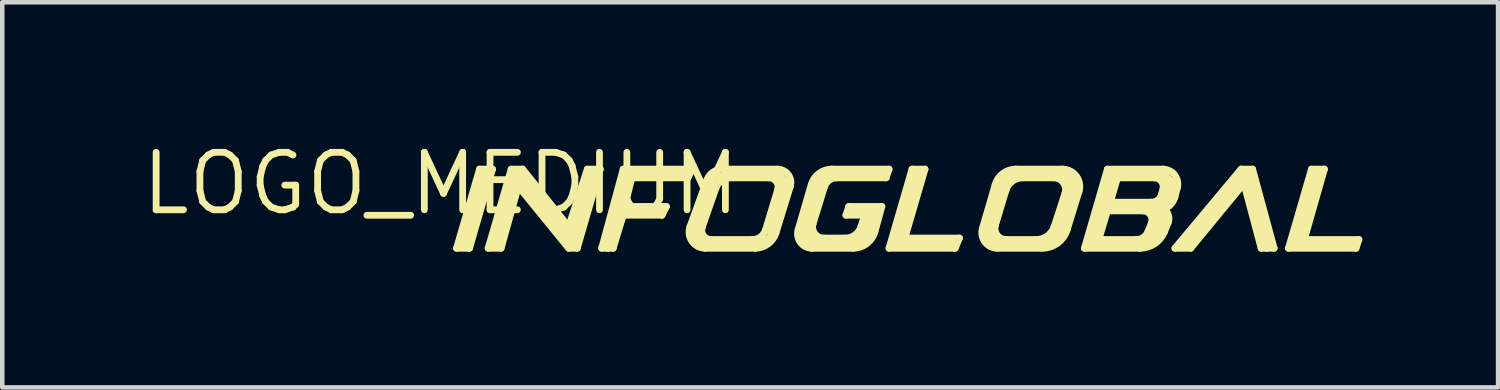
<source format=kicad_pcb>
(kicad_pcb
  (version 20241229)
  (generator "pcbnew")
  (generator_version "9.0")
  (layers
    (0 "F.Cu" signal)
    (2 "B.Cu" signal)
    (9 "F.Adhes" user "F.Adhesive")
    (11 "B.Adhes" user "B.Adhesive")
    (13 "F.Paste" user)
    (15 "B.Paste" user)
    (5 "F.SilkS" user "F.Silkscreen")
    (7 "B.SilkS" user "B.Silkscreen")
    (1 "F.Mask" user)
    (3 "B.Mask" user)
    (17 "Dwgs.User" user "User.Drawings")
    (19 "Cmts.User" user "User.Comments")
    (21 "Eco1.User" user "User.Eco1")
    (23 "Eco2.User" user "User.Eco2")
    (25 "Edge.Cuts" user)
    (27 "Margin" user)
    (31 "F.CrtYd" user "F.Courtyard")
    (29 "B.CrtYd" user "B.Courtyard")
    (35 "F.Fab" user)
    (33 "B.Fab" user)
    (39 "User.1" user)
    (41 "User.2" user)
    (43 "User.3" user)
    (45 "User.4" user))
  (footprint "LOGO_MEDIUM"
    (layer "F.Cu")
    (at 6.69 1.006)
    (property "Reference" "LOGO_MEDIUM" (at 0 0 0) (layer "F.SilkS") (effects (font (size 1.27 1.27) (thickness 0.15))))
    (fp_line (start 0.349 1.429) (end 0.857 -0.318) (stroke (width 0.152) (type solid)) (layer "F.SilkS"))
    (fp_line (start 0.476 1.333) (end 0.953 -0.222) (stroke (width 0.152) (type solid)) (layer "F.SilkS"))
    (fp_line (start 0.54 1.333) (end 0.476 1.333) (stroke (width 0.152) (type solid)) (layer "F.SilkS"))
    (fp_line (start 0.635 1.429) (end 0.349 1.429) (stroke (width 0.152) (type solid)) (layer "F.SilkS"))
    (fp_line (start 0.857 -0.318) (end 1.143 -0.318) (stroke (width 0.152) (type solid)) (layer "F.SilkS"))
    (fp_line (start 1.016 -0.222) (end 0.54 1.333) (stroke (width 0.152) (type solid)) (layer "F.SilkS"))
    (fp_line (start 1.048 1.429) (end 1.556 -0.318) (stroke (width 0.152) (type solid)) (layer "F.SilkS"))
    (fp_line (start 1.143 -0.318) (end 0.635 1.429) (stroke (width 0.152) (type solid)) (layer "F.SilkS"))
    (fp_line (start 1.206 1.333) (end 1.302 1.333) (stroke (width 0.152) (type solid)) (layer "F.SilkS"))
    (fp_line (start 1.302 1.333) (end 1.683 -0.095) (stroke (width 0.152) (type solid)) (layer "F.SilkS"))
    (fp_line (start 1.333 1.429) (end 1.048 1.429) (stroke (width 0.152) (type solid)) (layer "F.SilkS"))
    (fp_line (start 1.556 -0.318) (end 1.81 -0.318) (stroke (width 0.152) (type solid)) (layer "F.SilkS"))
    (fp_line (start 1.651 -0.222) (end 1.206 1.333) (stroke (width 0.152) (type solid)) (layer "F.SilkS"))
    (fp_line (start 1.714 0.064) (end 1.333 1.429) (stroke (width 0.152) (type solid)) (layer "F.SilkS"))
    (fp_line (start 1.746 -0.032) (end 1.778 -0.191) (stroke (width 0.152) (type solid)) (layer "F.SilkS"))
    (fp_line (start 1.778 -0.191) (end 2.731 1.016) (stroke (width 0.152) (type solid)) (layer "F.SilkS"))
    (fp_line (start 1.81 -0.318) (end 2.826 0.953) (stroke (width 0.152) (type solid)) (layer "F.SilkS"))
    (fp_line (start 2.699 1.048) (end 2.857 1.333) (stroke (width 0.152) (type solid)) (layer "F.SilkS"))
    (fp_line (start 2.699 1.175) (end 1.746 -0.032) (stroke (width 0.152) (type solid)) (layer "F.SilkS"))
    (fp_line (start 2.826 0.953) (end 3.239 -0.318) (stroke (width 0.152) (type solid)) (layer "F.SilkS"))
    (fp_line (start 2.826 1.429) (end 1.714 0.064) (stroke (width 0.152) (type solid)) (layer "F.SilkS"))
    (fp_line (start 2.857 1.333) (end 2.889 1.079) (stroke (width 0.152) (type solid)) (layer "F.SilkS"))
    (fp_line (start 2.921 0.984) (end 3.048 0.921) (stroke (width 0.152) (type solid)) (layer "F.SilkS"))
    (fp_line (start 2.921 1.397) (end 3.016 0.984) (stroke (width 0.152) (type solid)) (layer "F.SilkS"))
    (fp_line (start 3.016 0.984) (end 2.699 1.048) (stroke (width 0.152) (type solid)) (layer "F.SilkS"))
    (fp_line (start 3.016 1.429) (end 2.826 1.429) (stroke (width 0.152) (type solid)) (layer "F.SilkS"))
    (fp_line (start 3.048 0.921) (end 3.429 -0.254) (stroke (width 0.152) (type solid)) (layer "F.SilkS"))
    (fp_line (start 3.239 -0.318) (end 3.524 -0.318) (stroke (width 0.152) (type solid)) (layer "F.SilkS"))
    (fp_line (start 3.302 -0.254) (end 2.921 0.984) (stroke (width 0.152) (type solid)) (layer "F.SilkS"))
    (fp_line (start 3.524 -0.318) (end 3.016 1.429) (stroke (width 0.152) (type solid)) (layer "F.SilkS"))
    (fp_line (start 3.556 1.429) (end 3.683 1.429) (stroke (width 0.152) (type solid)) (layer "F.SilkS"))
    (fp_line (start 3.683 1.429) (end 3.747 1.175) (stroke (width 0.152) (type solid)) (layer "F.SilkS"))
    (fp_line (start 3.683 1.429) (end 3.81 1.429) (stroke (width 0.152) (type solid)) (layer "F.SilkS"))
    (fp_line (start 3.778 1.143) (end 4.032 0.603) (stroke (width 0.152) (type solid)) (layer "F.SilkS"))
    (fp_line (start 3.81 1.429) (end 4.032 0.699) (stroke (width 0.152) (type solid)) (layer "F.SilkS"))
    (fp_line (start 4.032 -0.318) (end 3.556 1.429) (stroke (width 0.152) (type solid)) (layer "F.SilkS"))
    (fp_line (start 4.032 0.603) (end 4.858 0.603) (stroke (width 0.152) (type solid)) (layer "F.SilkS"))
    (fp_line (start 4.032 0.699) (end 4.889 0.699) (stroke (width 0.152) (type solid)) (layer "F.SilkS"))
    (fp_line (start 4.064 0.508) (end 4.223 -0.127) (stroke (width 0.152) (type solid)) (layer "F.SilkS"))
    (fp_line (start 4.096 -0.159) (end 3.778 1.143) (stroke (width 0.152) (type solid)) (layer "F.SilkS"))
    (fp_line (start 4.128 -0.191) (end 5.429 -0.191) (stroke (width 0.152) (type solid)) (layer "F.SilkS"))
    (fp_line (start 4.223 -0.127) (end 5.461 -0.127) (stroke (width 0.152) (type solid)) (layer "F.SilkS"))
    (fp_line (start 4.889 0.699) (end 4.985 0.508) (stroke (width 0.152) (type solid)) (layer "F.SilkS"))
    (fp_line (start 4.985 0.508) (end 4.064 0.508) (stroke (width 0.152) (type solid)) (layer "F.SilkS"))
    (fp_line (start 5.461 -0.127) (end 5.556 -0.318) (stroke (width 0.152) (type solid)) (layer "F.SilkS"))
    (fp_line (start 5.509 0.949) (end 5.882 -0.079) (stroke (width 0.152) (type solid)) (layer "F.SilkS"))
    (fp_line (start 5.556 -0.318) (end 4.032 -0.318) (stroke (width 0.152) (type solid)) (layer "F.SilkS"))
    (fp_line (start 5.588 1.143) (end 6.032 -0.127) (stroke (width 0.152) (type solid)) (layer "F.SilkS"))
    (fp_line (start 5.62 1.048) (end 5.747 1.175) (stroke (width 0.152) (type solid)) (layer "F.SilkS"))
    (fp_line (start 5.779 1.302) (end 5.588 1.143) (stroke (width 0.152) (type solid)) (layer "F.SilkS"))
    (fp_line (start 5.972 1.238) (end 6.886 1.238) (stroke (width 0.152) (type solid)) (layer "F.SilkS"))
    (fp_line (start 6.032 -0.127) (end 6.287 -0.191) (stroke (width 0.152) (type solid)) (layer "F.SilkS"))
    (fp_line (start 6.08 0.101) (end 5.778 0.966) (stroke (width 0.152) (type solid)) (layer "F.SilkS"))
    (fp_line (start 6.255 -0.318) (end 7.44 -0.318) (stroke (width 0.152) (type solid)) (layer "F.SilkS"))
    (fp_line (start 6.318 -0.222) (end 7.493 -0.191) (stroke (width 0.152) (type solid)) (layer "F.SilkS"))
    (fp_line (start 6.89 1.333) (end 5.779 1.302) (stroke (width 0.152) (type solid)) (layer "F.SilkS"))
    (fp_line (start 6.946 1.429) (end 5.845 1.429) (stroke (width 0.152) (type solid)) (layer "F.SilkS"))
    (fp_line (start 7.178 1.021) (end 7.446 0.134) (stroke (width 0.152) (type solid)) (layer "F.SilkS"))
    (fp_line (start 7.252 -0.127) (end 6.401 -0.127) (stroke (width 0.152) (type solid)) (layer "F.SilkS"))
    (fp_line (start 7.271 1.206) (end 6.89 1.333) (stroke (width 0.152) (type solid)) (layer "F.SilkS"))
    (fp_line (start 7.461 -0.095) (end 7.556 0.032) (stroke (width 0.152) (type solid)) (layer "F.SilkS"))
    (fp_line (start 7.493 -0.191) (end 7.62 -0.032) (stroke (width 0.152) (type solid)) (layer "F.SilkS"))
    (fp_line (start 7.62 -0.032) (end 7.271 1.206) (stroke (width 0.152) (type solid)) (layer "F.SilkS"))
    (fp_line (start 7.723 0.067) (end 7.408 1.088) (stroke (width 0.152) (type solid)) (layer "F.SilkS"))
    (fp_line (start 7.969 1.143) (end 8.128 1.365) (stroke (width 0.152) (type solid)) (layer "F.SilkS"))
    (fp_line (start 8.001 1.016) (end 8.287 0.064) (stroke (width 0.152) (type solid)) (layer "F.SilkS"))
    (fp_line (start 8.033 1.111) (end 8.001 1.016) (stroke (width 0.152) (type solid)) (layer "F.SilkS"))
    (fp_line (start 8.065 1.143) (end 7.969 1.143) (stroke (width 0.152) (type solid)) (layer "F.SilkS"))
    (fp_line (start 8.128 1.048) (end 8.287 1.302) (stroke (width 0.152) (type solid)) (layer "F.SilkS"))
    (fp_line (start 8.188 0.022) (end 7.897 1.021) (stroke (width 0.152) (type solid)) (layer "F.SilkS"))
    (fp_line (start 8.203 1.429) (end 9.113 1.429) (stroke (width 0.152) (type solid)) (layer "F.SilkS"))
    (fp_line (start 8.227 0.887) (end 8.479 0.073) (stroke (width 0.152) (type solid)) (layer "F.SilkS"))
    (fp_line (start 8.255 1.365) (end 8.065 1.143) (stroke (width 0.152) (type solid)) (layer "F.SilkS"))
    (fp_line (start 8.287 0.032) (end 8.414 0.032) (stroke (width 0.152) (type solid)) (layer "F.SilkS"))
    (fp_line (start 8.287 1.302) (end 9.081 1.302) (stroke (width 0.152) (type solid)) (layer "F.SilkS"))
    (fp_line (start 8.414 0.032) (end 8.033 1.111) (stroke (width 0.152) (type solid)) (layer "F.SilkS"))
    (fp_line (start 8.541 -0.222) (end 8.287 0.032) (stroke (width 0.152) (type solid)) (layer "F.SilkS"))
    (fp_line (start 8.75 -0.127) (end 9.842 -0.127) (stroke (width 0.152) (type solid)) (layer "F.SilkS"))
    (fp_line (start 8.938 1.206) (end 8.463 1.206) (stroke (width 0.152) (type solid)) (layer "F.SilkS"))
    (fp_line (start 8.954 0.699) (end 9.366 0.699) (stroke (width 0.152) (type solid)) (layer "F.SilkS"))
    (fp_line (start 9.017 0.508) (end 8.954 0.699) (stroke (width 0.152) (type solid)) (layer "F.SilkS"))
    (fp_line (start 9.144 1.333) (end 9.493 1.111) (stroke (width 0.152) (type solid)) (layer "F.SilkS"))
    (fp_line (start 9.176 1.238) (end 9.398 1.079) (stroke (width 0.152) (type solid)) (layer "F.SilkS"))
    (fp_line (start 9.335 0.984) (end 9.176 1.238) (stroke (width 0.152) (type solid)) (layer "F.SilkS"))
    (fp_line (start 9.366 0.699) (end 9.288 0.949) (stroke (width 0.152) (type solid)) (layer "F.SilkS"))
    (fp_line (start 9.398 1.079) (end 9.557 0.889) (stroke (width 0.152) (type solid)) (layer "F.SilkS"))
    (fp_line (start 9.461 0.667) (end 9.43 0.921) (stroke (width 0.152) (type solid)) (layer "F.SilkS"))
    (fp_line (start 9.493 1.111) (end 9.335 0.984) (stroke (width 0.152) (type solid)) (layer "F.SilkS"))
    (fp_line (start 9.557 0.889) (end 9.62 0.603) (stroke (width 0.152) (type solid)) (layer "F.SilkS"))
    (fp_line (start 9.594 1.062) (end 9.747 0.508) (stroke (width 0.152) (type solid)) (layer "F.SilkS"))
    (fp_line (start 9.62 0.603) (end 9.081 0.603) (stroke (width 0.152) (type solid)) (layer "F.SilkS"))
    (fp_line (start 9.747 0.508) (end 9.017 0.508) (stroke (width 0.152) (type solid)) (layer "F.SilkS"))
    (fp_line (start 9.811 -0.222) (end 8.541 -0.222) (stroke (width 0.152) (type solid)) (layer "F.SilkS"))
    (fp_line (start 9.842 -0.127) (end 9.906 -0.318) (stroke (width 0.152) (type solid)) (layer "F.SilkS"))
    (fp_line (start 9.906 -0.318) (end 8.64 -0.318) (stroke (width 0.152) (type solid)) (layer "F.SilkS"))
    (fp_line (start 9.906 1.429) (end 10.414 -0.318) (stroke (width 0.152) (type solid)) (layer "F.SilkS"))
    (fp_line (start 10.065 1.333) (end 11.303 1.365) (stroke (width 0.152) (type solid)) (layer "F.SilkS"))
    (fp_line (start 10.16 1.27) (end 10.604 -0.254) (stroke (width 0.152) (type solid)) (layer "F.SilkS"))
    (fp_line (start 10.255 1.206) (end 11.462 1.206) (stroke (width 0.152) (type solid)) (layer "F.SilkS"))
    (fp_line (start 10.414 -0.318) (end 10.7 -0.318) (stroke (width 0.152) (type solid)) (layer "F.SilkS"))
    (fp_line (start 10.477 -0.254) (end 10.065 1.333) (stroke (width 0.152) (type solid)) (layer "F.SilkS"))
    (fp_line (start 10.7 -0.318) (end 10.255 1.206) (stroke (width 0.152) (type solid)) (layer "F.SilkS"))
    (fp_line (start 11.303 1.365) (end 11.335 1.302) (stroke (width 0.152) (type solid)) (layer "F.SilkS"))
    (fp_line (start 11.335 1.302) (end 10.16 1.27) (stroke (width 0.152) (type solid)) (layer "F.SilkS"))
    (fp_line (start 11.367 1.429) (end 9.906 1.429) (stroke (width 0.152) (type solid)) (layer "F.SilkS"))
    (fp_line (start 11.462 1.206) (end 11.367 1.429) (stroke (width 0.152) (type solid)) (layer "F.SilkS"))
    (fp_line (start 12.033 1.016) (end 12.255 1.238) (stroke (width 0.152) (type solid)) (layer "F.SilkS"))
    (fp_line (start 12.097 0.889) (end 12.224 0.445) (stroke (width 0.152) (type solid)) (layer "F.SilkS"))
    (fp_line (start 12.16 1.302) (end 12.033 1.016) (stroke (width 0.152) (type solid)) (layer "F.SilkS"))
    (fp_line (start 12.224 0.445) (end 12.446 -0.064) (stroke (width 0.152) (type solid)) (layer "F.SilkS"))
    (fp_line (start 12.252 0.024) (end 11.97 0.991) (stroke (width 0.152) (type solid)) (layer "F.SilkS"))
    (fp_line (start 12.255 1.238) (end 12.097 0.889) (stroke (width 0.152) (type solid)) (layer "F.SilkS"))
    (fp_line (start 12.256 0.921) (end 12.49 0.148) (stroke (width 0.152) (type solid)) (layer "F.SilkS"))
    (fp_line (start 12.299 1.429) (end 13.288 1.429) (stroke (width 0.152) (type solid)) (layer "F.SilkS"))
    (fp_line (start 12.383 1.302) (end 12.16 1.302) (stroke (width 0.152) (type solid)) (layer "F.SilkS"))
    (fp_line (start 12.414 0.286) (end 12.192 0.921) (stroke (width 0.152) (type solid)) (layer "F.SilkS"))
    (fp_line (start 12.446 -0.064) (end 12.636 -0.191) (stroke (width 0.152) (type solid)) (layer "F.SilkS"))
    (fp_line (start 12.7 -0.191) (end 13.811 -0.191) (stroke (width 0.152) (type solid)) (layer "F.SilkS"))
    (fp_line (start 12.86 -0.127) (end 13.547 -0.127) (stroke (width 0.152) (type solid)) (layer "F.SilkS"))
    (fp_line (start 13.157 1.238) (end 12.492 1.238) (stroke (width 0.152) (type solid)) (layer "F.SilkS"))
    (fp_line (start 13.43 1.333) (end 12.383 1.302) (stroke (width 0.152) (type solid)) (layer "F.SilkS"))
    (fp_line (start 13.557 1.175) (end 13.367 1.27) (stroke (width 0.152) (type solid)) (layer "F.SilkS"))
    (fp_line (start 13.652 1.143) (end 13.43 1.333) (stroke (width 0.152) (type solid)) (layer "F.SilkS"))
    (fp_line (start 13.739 -0.318) (end 12.706 -0.318) (stroke (width 0.152) (type solid)) (layer "F.SilkS"))
    (fp_line (start 13.748 -0.159) (end 13.906 0.064) (stroke (width 0.152) (type solid)) (layer "F.SilkS"))
    (fp_line (start 13.795 0.215) (end 13.556 0.948) (stroke (width 0.152) (type solid)) (layer "F.SilkS"))
    (fp_line (start 13.811 -0.191) (end 14.002 -0.032) (stroke (width 0.152) (type solid)) (layer "F.SilkS"))
    (fp_line (start 13.842 1.02) (end 14.103 0.176) (stroke (width 0.152) (type solid)) (layer "F.SilkS"))
    (fp_line (start 13.906 0.064) (end 13.557 1.175) (stroke (width 0.152) (type solid)) (layer "F.SilkS"))
    (fp_line (start 13.938 0.349) (end 13.652 1.143) (stroke (width 0.152) (type solid)) (layer "F.SilkS"))
    (fp_line (start 14.002 -0.032) (end 13.938 0.349) (stroke (width 0.152) (type solid)) (layer "F.SilkS"))
    (fp_line (start 14.224 1.429) (end 15.453 1.429) (stroke (width 0.152) (type solid)) (layer "F.SilkS"))
    (fp_line (start 14.319 1.333) (end 14.605 0.603) (stroke (width 0.152) (type solid)) (layer "F.SilkS"))
    (fp_line (start 14.541 0.572) (end 14.7 0.508) (stroke (width 0.152) (type solid)) (layer "F.SilkS"))
    (fp_line (start 14.541 1.238) (end 14.732 0.603) (stroke (width 0.152) (type solid)) (layer "F.SilkS"))
    (fp_line (start 14.605 0.603) (end 14.446 1.302) (stroke (width 0.152) (type solid)) (layer "F.SilkS"))
    (fp_line (start 14.7 0.508) (end 14.859 -0.159) (stroke (width 0.152) (type solid)) (layer "F.SilkS"))
    (fp_line (start 14.732 -0.318) (end 14.224 1.429) (stroke (width 0.152) (type solid)) (layer "F.SilkS"))
    (fp_line (start 14.732 0.603) (end 15.519 0.603) (stroke (width 0.152) (type solid)) (layer "F.SilkS"))
    (fp_line (start 14.764 -0.191) (end 14.541 0.572) (stroke (width 0.152) (type solid)) (layer "F.SilkS"))
    (fp_line (start 14.764 0.508) (end 15.843 0.508) (stroke (width 0.152) (type solid)) (layer "F.SilkS"))
    (fp_line (start 14.796 -0.222) (end 16.002 -0.191) (stroke (width 0.152) (type solid)) (layer "F.SilkS"))
    (fp_line (start 14.796 0.413) (end 15.705 0.413) (stroke (width 0.152) (type solid)) (layer "F.SilkS"))
    (fp_line (start 14.954 -0.127) (end 14.796 0.413) (stroke (width 0.152) (type solid)) (layer "F.SilkS"))
    (fp_line (start 15.368 1.238) (end 14.541 1.238) (stroke (width 0.152) (type solid)) (layer "F.SilkS"))
    (fp_line (start 15.494 1.365) (end 14.319 1.333) (stroke (width 0.152) (type solid)) (layer "F.SilkS"))
    (fp_line (start 15.684 1.206) (end 15.494 1.365) (stroke (width 0.152) (type solid)) (layer "F.SilkS"))
    (fp_line (start 15.684 1.206) (end 15.907 0.762) (stroke (width 0.152) (type solid)) (layer "F.SilkS"))
    (fp_line (start 15.684 1.302) (end 16.002 0.794) (stroke (width 0.152) (type solid)) (layer "F.SilkS"))
    (fp_line (start 15.703 0.875) (end 15.628 1.062) (stroke (width 0.152) (type solid)) (layer "F.SilkS"))
    (fp_line (start 15.748 0.603) (end 15.684 1.206) (stroke (width 0.152) (type solid)) (layer "F.SilkS"))
    (fp_line (start 15.765 -0.127) (end 14.954 -0.127) (stroke (width 0.152) (type solid)) (layer "F.SilkS"))
    (fp_line (start 15.812 0.476) (end 16.066 0.191) (stroke (width 0.152) (type solid)) (layer "F.SilkS"))
    (fp_line (start 15.843 0.508) (end 16.002 0.73) (stroke (width 0.152) (type solid)) (layer "F.SilkS"))
    (fp_line (start 15.875 0.921) (end 15.812 0.699) (stroke (width 0.152) (type solid)) (layer "F.SilkS"))
    (fp_line (start 15.907 0.508) (end 15.812 0.476) (stroke (width 0.152) (type solid)) (layer "F.SilkS"))
    (fp_line (start 15.923 0.249) (end 15.958 0.131) (stroke (width 0.152) (type solid)) (layer "F.SilkS"))
    (fp_line (start 15.959 -0.318) (end 14.732 -0.318) (stroke (width 0.152) (type solid)) (layer "F.SilkS"))
    (fp_line (start 15.991 1.068) (end 16.072 0.87) (stroke (width 0.152) (type solid)) (layer "F.SilkS"))
    (fp_line (start 16.002 -0.191) (end 16.161 -0.032) (stroke (width 0.152) (type solid)) (layer "F.SilkS"))
    (fp_line (start 16.002 0.572) (end 16.102 0.488) (stroke (width 0.152) (type solid)) (layer "F.SilkS"))
    (fp_line (start 16.002 0.794) (end 15.748 0.603) (stroke (width 0.152) (type solid)) (layer "F.SilkS"))
    (fp_line (start 16.035 0.612) (end 16.002 0.572) (stroke (width 0.152) (type solid)) (layer "F.SilkS"))
    (fp_line (start 16.066 0.191) (end 15.97 -0.127) (stroke (width 0.152) (type solid)) (layer "F.SilkS"))
    (fp_line (start 16.066 0.381) (end 15.907 0.508) (stroke (width 0.152) (type solid)) (layer "F.SilkS"))
    (fp_line (start 16.161 -0.032) (end 16.066 0.381) (stroke (width 0.152) (type solid)) (layer "F.SilkS"))
    (fp_line (start 16.222 0.299) (end 16.276 0.093) (stroke (width 0.152) (type solid)) (layer "F.SilkS"))
    (fp_line (start 16.224 1.429) (end 17.685 -0.318) (stroke (width 0.152) (type solid)) (layer "F.SilkS"))
    (fp_line (start 16.415 1.333) (end 16.542 1.333) (stroke (width 0.152) (type solid)) (layer "F.SilkS"))
    (fp_line (start 16.542 1.333) (end 17.685 -0.095) (stroke (width 0.152) (type solid)) (layer "F.SilkS"))
    (fp_line (start 16.573 1.429) (end 16.224 1.429) (stroke (width 0.152) (type solid)) (layer "F.SilkS"))
    (fp_line (start 17.685 -0.318) (end 17.939 -0.318) (stroke (width 0.152) (type solid)) (layer "F.SilkS"))
    (fp_line (start 17.685 -0.191) (end 16.415 1.333) (stroke (width 0.152) (type solid)) (layer "F.SilkS"))
    (fp_line (start 17.748 -0.222) (end 17.843 -0.222) (stroke (width 0.152) (type solid)) (layer "F.SilkS"))
    (fp_line (start 17.748 0) (end 16.573 1.429) (stroke (width 0.152) (type solid)) (layer "F.SilkS"))
    (fp_line (start 17.843 -0.222) (end 18.32 1.333) (stroke (width 0.152) (type solid)) (layer "F.SilkS"))
    (fp_line (start 17.939 -0.318) (end 18.415 1.429) (stroke (width 0.152) (type solid)) (layer "F.SilkS"))
    (fp_line (start 18.129 1.429) (end 17.748 0) (stroke (width 0.152) (type solid)) (layer "F.SilkS"))
    (fp_line (start 18.256 1.429) (end 17.748 -0.222) (stroke (width 0.152) (type solid)) (layer "F.SilkS"))
    (fp_line (start 18.256 1.429) (end 18.129 1.429) (stroke (width 0.152) (type solid)) (layer "F.SilkS"))
    (fp_line (start 18.415 1.429) (end 18.256 1.429) (stroke (width 0.152) (type solid)) (layer "F.SilkS"))
    (fp_line (start 18.733 1.429) (end 19.241 -0.318) (stroke (width 0.152) (type solid)) (layer "F.SilkS"))
    (fp_line (start 18.891 1.365) (end 19.367 -0.254) (stroke (width 0.152) (type solid)) (layer "F.SilkS"))
    (fp_line (start 18.955 1.333) (end 19.082 1.302) (stroke (width 0.152) (type solid)) (layer "F.SilkS"))
    (fp_line (start 18.986 1.333) (end 18.955 1.333) (stroke (width 0.152) (type solid)) (layer "F.SilkS"))
    (fp_line (start 19.082 1.238) (end 20.288 1.238) (stroke (width 0.152) (type solid)) (layer "F.SilkS"))
    (fp_line (start 19.241 -0.318) (end 19.526 -0.318) (stroke (width 0.152) (type solid)) (layer "F.SilkS"))
    (fp_line (start 19.367 -0.254) (end 18.986 1.333) (stroke (width 0.152) (type solid)) (layer "F.SilkS"))
    (fp_line (start 19.526 -0.318) (end 19.082 1.238) (stroke (width 0.152) (type solid)) (layer "F.SilkS"))
    (fp_line (start 20.193 1.365) (end 18.891 1.365) (stroke (width 0.152) (type solid)) (layer "F.SilkS"))
    (fp_line (start 20.225 1.429) (end 18.733 1.429) (stroke (width 0.152) (type solid)) (layer "F.SilkS"))
    (fp_line (start 20.288 1.238) (end 20.225 1.429) (stroke (width 0.152) (type solid)) (layer "F.SilkS"))
    (fp_arc (start 5.844812 1.42875) (mid 5.55176 1.276225) (end 5.508564 0.948693) (stroke (width 0.1524) (type solid)) (layer "F.SilkS"))
    (fp_arc (start 5.882196 -0.07879) (mid 6.014955 -0.251886) (end 6.222999 -0.3175) (stroke (width 0.1524) (type solid)) (layer "F.SilkS"))
    (fp_arc (start 5.972118 1.238249) (mid 5.804844 1.151887) (end 5.778393 0.965503) (stroke (width 0.1524) (type solid)) (layer "F.SilkS"))
    (fp_arc (start 6.079976 0.100971) (mid 6.204097 -0.064208) (end 6.40094 -0.127) (stroke (width 0.1524) (type solid)) (layer "F.SilkS"))
    (fp_arc (start 7.17754 1.021462) (mid 7.067367 1.178129) (end 6.885521 1.23825) (stroke (width 0.1524) (type solid)) (layer "F.SilkS"))
    (fp_arc (start 7.252199 -0.127001) (mid 7.414659 -0.045275) (end 7.445878 0.133884) (stroke (width 0.1524) (type solid)) (layer "F.SilkS"))
    (fp_arc (start 7.407684 1.088446) (mid 7.23296 1.334471) (end 6.946311 1.42875) (stroke (width 0.1524) (type solid)) (layer "F.SilkS"))
    (fp_arc (start 7.440106 -0.3175) (mid 7.678815 -0.19695) (end 7.723492 0.066713) (stroke (width 0.1524) (type solid)) (layer "F.SilkS"))
    (fp_arc (start 8.188026 0.021867) (mid 8.357509 -0.22322) (end 8.640181 -0.3175) (stroke (width 0.1524) (type solid)) (layer "F.SilkS"))
    (fp_arc (start 8.203227 1.428749) (mid 7.948423 1.301404) (end 7.897318 1.021171) (stroke (width 0.1524) (type solid)) (layer "F.SilkS"))
    (fp_arc (start 8.462796 1.2065) (mid 8.264119 1.106143) (end 8.226993 0.886676) (stroke (width 0.1524) (type solid)) (layer "F.SilkS"))
    (fp_arc (start 8.478825 0.073065) (mid 8.581612 -0.071577) (end 8.750179 -0.127) (stroke (width 0.1524) (type solid)) (layer "F.SilkS"))
    (fp_arc (start 9.28794 0.94909) (mid 9.155095 1.135223) (end 8.937809 1.2065) (stroke (width 0.1524) (type solid)) (layer "F.SilkS"))
    (fp_arc (start 9.594396 1.062093) (mid 9.415503 1.326651) (end 9.1129 1.42875) (stroke (width 0.1524) (type solid)) (layer "F.SilkS"))
    (fp_arc (start 12.251538 0.023542) (mid 12.421859 -0.222755) (end 12.705928 -0.3175) (stroke (width 0.1524) (type solid)) (layer "F.SilkS"))
    (fp_arc (start 12.299093 1.42875) (mid 12.025159 1.291846) (end 11.970218 0.990575) (stroke (width 0.1524) (type solid)) (layer "F.SilkS"))
    (fp_arc (start 12.489856 0.148012) (mid 12.629618 -0.050731) (end 12.860302 -0.127) (stroke (width 0.1524) (type solid)) (layer "F.SilkS"))
    (fp_arc (start 12.491943 1.23825) (mid 12.29423 1.138789) (end 12.256236 0.920754) (stroke (width 0.1524) (type solid)) (layer "F.SilkS"))
    (fp_arc (start 13.546818 -0.127) (mid 13.758146 -0.019283) (end 13.795145 0.215011) (stroke (width 0.1524) (type solid)) (layer "F.SilkS"))
    (fp_arc (start 13.556415 0.948259) (mid 13.403811 1.158106) (end 13.157031 1.238251) (stroke (width 0.1524) (type solid)) (layer "F.SilkS"))
    (fp_arc (start 13.739407 -0.317502) (mid 14.045902 -0.162716) (end 14.103268 0.175821) (stroke (width 0.1524) (type solid)) (layer "F.SilkS"))
    (fp_arc (start 13.84228 1.020192) (mid 13.632515 1.315561) (end 13.288375 1.42875) (stroke (width 0.1524) (type solid)) (layer "F.SilkS"))
    (fp_arc (start 15.519081 0.60325) (mid 15.683021 0.690237) (end 15.702896 0.874758) (stroke (width 0.1524) (type solid)) (layer "F.SilkS"))
    (fp_arc (start 15.628037 1.061906) (mid 15.524843 1.190018) (end 15.367568 1.238249) (stroke (width 0.1524) (type solid)) (layer "F.SilkS"))
    (fp_arc (start 15.765259 -0.127) (mid 15.92611 -0.04646) (end 15.95799 0.130581) (stroke (width 0.1524) (type solid)) (layer "F.SilkS"))
    (fp_arc (start 15.923024 0.249465) (mid 15.841071 0.36741) (end 15.704793 0.41275) (stroke (width 0.1524) (type solid)) (layer "F.SilkS"))
    (fp_arc (start 15.958571 -0.317501) (mid 16.218059 -0.19007) (end 16.275865 0.093181) (stroke (width 0.1524) (type solid)) (layer "F.SilkS"))
    (fp_arc (start 15.990978 1.067637) (mid 15.77702 1.330099) (end 15.453087 1.42875) (stroke (width 0.1524) (type solid)) (layer "F.SilkS"))
    (fp_arc (start 16.034669 0.612334) (mid 16.088318 0.736116) (end 16.071825 0.870012) (stroke (width 0.1524) (type solid)) (layer "F.SilkS"))
    (fp_arc (start 16.222278 0.298599) (mid 16.176918 0.402854) (end 16.101878 0.488268) (stroke (width 0.1524) (type solid)) (layer "F.SilkS")))
  (gr_rect
    (start -3 -3)
    (end 30.054 5.511)
    (stroke (width 0.1) (type default))
    (fill no)
    (layer "Edge.Cuts")))
</source>
